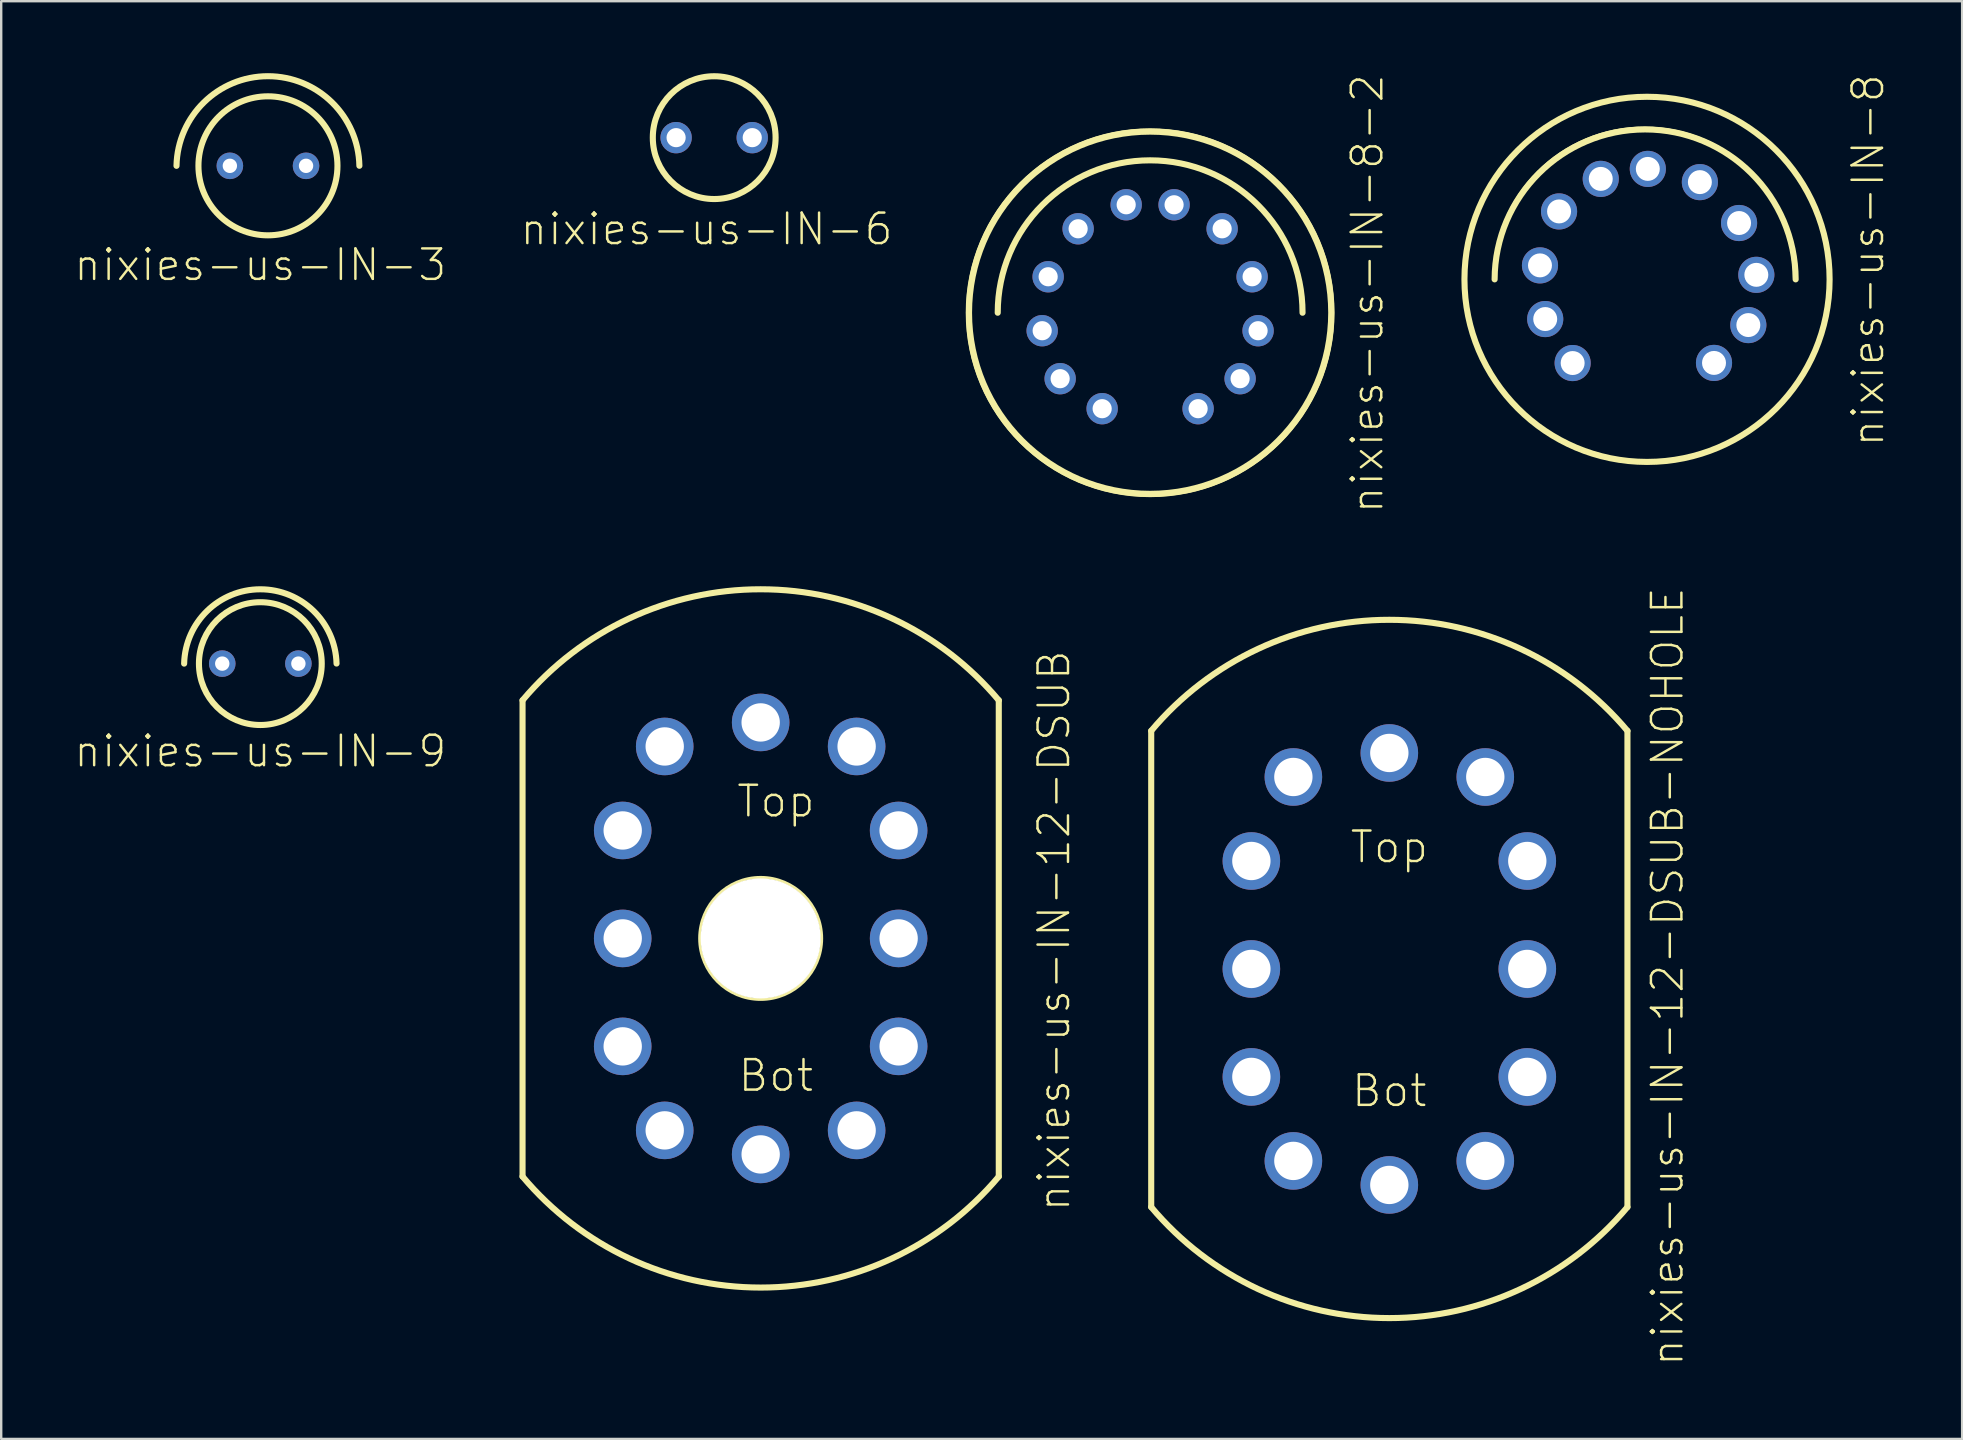
<source format=kicad_pcb>
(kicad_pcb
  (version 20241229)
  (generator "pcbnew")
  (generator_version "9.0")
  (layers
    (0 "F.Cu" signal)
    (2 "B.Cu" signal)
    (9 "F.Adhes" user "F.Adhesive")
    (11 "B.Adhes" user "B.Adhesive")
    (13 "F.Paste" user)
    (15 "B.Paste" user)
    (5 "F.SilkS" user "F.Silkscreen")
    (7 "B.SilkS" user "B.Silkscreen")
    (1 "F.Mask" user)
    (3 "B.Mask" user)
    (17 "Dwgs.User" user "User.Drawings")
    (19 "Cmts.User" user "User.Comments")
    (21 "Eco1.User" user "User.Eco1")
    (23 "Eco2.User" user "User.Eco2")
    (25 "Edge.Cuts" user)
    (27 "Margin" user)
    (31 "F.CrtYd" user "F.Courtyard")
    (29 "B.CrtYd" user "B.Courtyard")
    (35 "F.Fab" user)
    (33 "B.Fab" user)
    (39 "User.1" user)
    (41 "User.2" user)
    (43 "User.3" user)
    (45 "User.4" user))
  (footprint "nixies-us-IN-6"
    (layer "F.Cu")
    (at 26.707 2.685)
    (property "Reference" "nixies-us-IN-6" (at -0.318 3.81 180) (layer "F.SilkS") (effects (font (size 1.27 1.27) (thickness 0.102))))
    (attr exclude_from_pos_files exclude_from_bom)
    (fp_circle (center 0 0) (end 0 -2.558) (stroke (width 0.254) (type solid)) (fill no) (layer "F.SilkS"))
    (pad "A" thru_hole circle (at -1.587 0) (size 1.306 1.306) (drill 0.798) (layers "*.Cu" "*.Paste" "*.Mask"))
    (pad "K" thru_hole circle (at 1.585 0) (size 1.306 1.306) (drill 0.798) (layers "*.Cu" "*.Paste" "*.Mask")))
  (footprint "nixies-us-IN-9"
    (layer "F.Cu")
    (at 7.797 24.599)
    (property "Reference" "nixies-us-IN-9" (at 0 3.65 0) (layer "F.SilkS") (effects (font (size 1.27 1.27) (thickness 0.102))))
    (attr exclude_from_pos_files exclude_from_bom)
    (fp_arc (start -3.175 0) (mid -0.001627 -3.097236) (end 3.174918 -0.003253) (stroke (width 0.254) (type solid)) (layer "F.SilkS"))
    (fp_circle (center 0 0) (end 0 -2.558) (stroke (width 0.254) (type solid)) (fill no) (layer "F.SilkS"))
    (pad "A" thru_hole circle (at -1.587 0) (size 1.107 1.107) (drill 0.599) (layers "*.Cu" "*.Paste" "*.Mask"))
    (pad "K" thru_hole circle (at 1.585 0) (size 1.107 1.107) (drill 0.599) (layers "*.Cu" "*.Paste" "*.Mask")))
  (footprint "nixies-us-IN-12-DSUB-NOHOLE"
    (layer "F.Cu")
    (at 54.836 37.321)
    (property "Reference" "nixies-us-IN-12-DSUB-NOHOLE" (at 11.587 0.318 90) (layer "F.SilkS") (effects (font (size 1.27 1.27) (thickness 0.102))))
    (attr exclude_from_pos_files exclude_from_bom)
    (fp_line (start -9.921 9.921) (end -9.921 -9.921) (stroke (width 0.254) (type solid)) (layer "F.SilkS"))
    (fp_line (start 9.921 -9.921) (end 9.921 9.921) (stroke (width 0.254) (type solid)) (layer "F.SilkS"))
    (fp_arc (start -9.92124 -9.92124) (mid 0.000928 -14.547158) (end 9.922433 -9.919819) (stroke (width 0.254) (type solid)) (layer "F.SilkS"))
    (fp_arc (start 9.92124 9.92124) (mid -0.000928 14.547158) (end -9.922433 9.919819) (stroke (width 0.254) (type solid)) (layer "F.SilkS"))
    (fp_text user "Bot" (at 0 5.08 0) (layer "F.SilkS") (effects (font (size 1.27 1.27) (thickness 0.102))))
    (fp_text user "Top" (at 0 -5.08 0) (layer "F.SilkS") (effects (font (size 1.27 1.27) (thickness 0.102))))
    (pad "0" thru_hole circle (at 5.748 4.498) (size 2.398 2.398) (drill 1.598) (layers "*.Cu" "*.Paste" "*.Mask"))
    (pad "1" thru_hole circle (at -3.998 7.998) (size 2.398 2.398) (drill 1.598) (layers "*.Cu" "*.Paste" "*.Mask"))
    (pad "2" thru_hole circle (at -5.748 4.498) (size 2.398 2.398) (drill 1.598) (layers "*.Cu" "*.Paste" "*.Mask"))
    (pad "3" thru_hole circle (at -5.748 0) (size 2.398 2.398) (drill 1.598) (layers "*.Cu" "*.Paste" "*.Mask"))
    (pad "4" thru_hole circle (at -5.748 -4.498) (size 2.398 2.398) (drill 1.598) (layers "*.Cu" "*.Paste" "*.Mask"))
    (pad "5" thru_hole circle (at -3.998 -7.998) (size 2.398 2.398) (drill 1.598) (layers "*.Cu" "*.Paste" "*.Mask"))
    (pad "6" thru_hole circle (at 0 -8.999) (size 2.398 2.398) (drill 1.598) (layers "*.Cu" "*.Paste" "*.Mask"))
    (pad "7" thru_hole circle (at 3.998 -7.998) (size 2.398 2.398) (drill 1.598) (layers "*.Cu" "*.Paste" "*.Mask"))
    (pad "8" thru_hole circle (at 5.748 -4.498) (size 2.398 2.398) (drill 1.598) (layers "*.Cu" "*.Paste" "*.Mask"))
    (pad "9" thru_hole circle (at 5.748 0) (size 2.398 2.398) (drill 1.598) (layers "*.Cu" "*.Paste" "*.Mask"))
    (pad "A" thru_hole circle (at 3.998 7.998) (size 2.398 2.398) (drill 1.598) (layers "*.Cu" "*.Paste" "*.Mask"))
    (pad "LHDP" thru_hole circle (at 0 8.999) (size 2.398 2.398) (drill 1.598) (layers "*.Cu" "*.Paste" "*.Mask")))
  (footprint "nixies-us-IN-12-DSUB"
    (layer "F.Cu")
    (at 28.643 36.049)
    (property "Reference" "nixies-us-IN-12-DSUB" (at 12.222 -0.318 90) (layer "F.SilkS") (effects (font (size 1.27 1.27) (thickness 0.102))))
    (attr exclude_from_pos_files exclude_from_bom)
    (fp_line (start -9.921 9.921) (end -9.921 -9.921) (stroke (width 0.254) (type solid)) (layer "F.SilkS"))
    (fp_line (start 9.921 -9.921) (end 9.921 9.921) (stroke (width 0.254) (type solid)) (layer "F.SilkS"))
    (fp_arc (start -9.92124 -9.92124) (mid 0.000928 -14.547158) (end 9.922433 -9.919819) (stroke (width 0.254) (type solid)) (layer "F.SilkS"))
    (fp_arc (start 9.92124 9.92124) (mid -0.000928 14.547158) (end -9.922433 9.919819) (stroke (width 0.254) (type solid)) (layer "F.SilkS"))
    (fp_circle (center 0 0) (end 0 -2.54) (stroke (width 0.127) (type solid)) (fill no) (layer "F.SilkS"))
    (fp_text user "Bot" (at 0.635 5.715 0) (layer "F.SilkS") (effects (font (size 1.27 1.27) (thickness 0.102))))
    (fp_text user "Top" (at 0.635 -5.715 0) (layer "F.SilkS") (effects (font (size 1.27 1.27) (thickness 0.102))))
    (pad "" np_thru_hole circle (at 0 0) (size 4.999 4.999) (drill 4.999) (layers "*.Cu" "*.Mask"))
    (pad "0" thru_hole circle (at 5.748 4.498) (size 2.398 2.398) (drill 1.598) (layers "*.Cu" "*.Paste" "*.Mask"))
    (pad "1" thru_hole circle (at -3.998 7.998) (size 2.398 2.398) (drill 1.598) (layers "*.Cu" "*.Paste" "*.Mask"))
    (pad "2" thru_hole circle (at -5.748 4.498) (size 2.398 2.398) (drill 1.598) (layers "*.Cu" "*.Paste" "*.Mask"))
    (pad "3" thru_hole circle (at -5.748 0) (size 2.398 2.398) (drill 1.598) (layers "*.Cu" "*.Paste" "*.Mask"))
    (pad "4" thru_hole circle (at -5.748 -4.498) (size 2.398 2.398) (drill 1.598) (layers "*.Cu" "*.Paste" "*.Mask"))
    (pad "5" thru_hole circle (at -3.998 -7.998) (size 2.398 2.398) (drill 1.598) (layers "*.Cu" "*.Paste" "*.Mask"))
    (pad "6" thru_hole circle (at 0 -8.999) (size 2.398 2.398) (drill 1.598) (layers "*.Cu" "*.Paste" "*.Mask"))
    (pad "7" thru_hole circle (at 3.998 -7.998) (size 2.398 2.398) (drill 1.598) (layers "*.Cu" "*.Paste" "*.Mask"))
    (pad "8" thru_hole circle (at 5.748 -4.498) (size 2.398 2.398) (drill 1.598) (layers "*.Cu" "*.Paste" "*.Mask"))
    (pad "9" thru_hole circle (at 5.748 0) (size 2.398 2.398) (drill 1.598) (layers "*.Cu" "*.Paste" "*.Mask"))
    (pad "A" thru_hole circle (at 3.998 7.998) (size 2.398 2.398) (drill 1.598) (layers "*.Cu" "*.Paste" "*.Mask"))
    (pad "LHDP" thru_hole circle (at 0 8.999) (size 2.398 2.398) (drill 1.598) (layers "*.Cu" "*.Paste" "*.Mask")))
  (footprint "nixies-us-IN-3"
    (layer "F.Cu")
    (at 8.114 3.859)
    (property "Reference" "nixies-us-IN-3" (at -0.318 4.128 0) (layer "F.SilkS") (effects (font (size 1.27 1.27) (thickness 0.102))))
    (attr exclude_from_pos_files exclude_from_bom)
    (fp_arc (start -3.81 0) (mid -0.001068 -3.732073) (end 3.809955 -0.002135) (stroke (width 0.254) (type solid)) (layer "F.SilkS"))
    (fp_circle (center 0 0) (end 0 -2.896) (stroke (width 0.254) (type solid)) (fill no) (layer "F.SilkS"))
    (pad "A" thru_hole circle (at -1.587 0) (size 1.107 1.107) (drill 0.599) (layers "*.Cu" "*.Paste" "*.Mask"))
    (pad "K" thru_hole circle (at 1.587 0) (size 1.107 1.107) (drill 0.599) (layers "*.Cu" "*.Paste" "*.Mask")))
  (footprint "nixies-us-IN-8"
    (layer "F.Cu")
    (at 65.573 8.589)
    (property "Reference" "nixies-us-IN-8" (at 9.207 -0.792 90) (layer "F.SilkS") (effects (font (size 1.27 1.27) (thickness 0.102))))
    (attr exclude_from_pos_files exclude_from_bom)
    (fp_arc (start -6.35762 -0.08636) (mid -0.094355 -6.319533) (end 6.144282 -0.06171) (stroke (width 0.127) (type solid)) (layer "F.SilkS"))
    (fp_arc (start -6.35 0) (mid -0.07874 -6.27126) (end 6.19252 0) (stroke (width 0.254) (type solid)) (layer "F.SilkS"))
    (fp_circle (center 0 0) (end 0 -7.62) (stroke (width 0.127) (type solid)) (fill no) (layer "F.SilkS"))
    (fp_circle (center 0 0) (end 0 -7.607) (stroke (width 0.254) (type solid)) (fill no) (layer "F.SilkS"))
    (pad "0" thru_hole circle (at -4.242 1.654) (size 1.506 1.506) (drill 0.998) (layers "*.Cu" "*.Paste" "*.Mask"))
    (pad "1" thru_hole circle (at 2.791 3.482) (size 1.506 1.506) (drill 0.998) (layers "*.Cu" "*.Paste" "*.Mask"))
    (pad "2" thru_hole circle (at 4.221 1.905) (size 1.506 1.506) (drill 0.998) (layers "*.Cu" "*.Paste" "*.Mask"))
    (pad "3" thru_hole circle (at 4.554 -0.188) (size 1.506 1.506) (drill 0.998) (layers "*.Cu" "*.Paste" "*.Mask"))
    (pad "4" thru_hole circle (at 3.835 -2.347) (size 1.506 1.506) (drill 0.998) (layers "*.Cu" "*.Paste" "*.Mask"))
    (pad "5" thru_hole circle (at 2.202 -4.051) (size 1.506 1.506) (drill 0.998) (layers "*.Cu" "*.Paste" "*.Mask"))
    (pad "6" thru_hole circle (at 0.033 -4.602) (size 1.506 1.506) (drill 0.998) (layers "*.Cu" "*.Paste" "*.Mask"))
    (pad "7" thru_hole circle (at -1.928 -4.186) (size 1.506 1.506) (drill 0.998) (layers "*.Cu" "*.Paste" "*.Mask"))
    (pad "8" thru_hole circle (at -3.665 -2.83) (size 1.506 1.506) (drill 0.998) (layers "*.Cu" "*.Paste" "*.Mask"))
    (pad "9" thru_hole circle (at -4.46 -0.582) (size 1.506 1.506) (drill 0.998) (layers "*.Cu" "*.Paste" "*.Mask"))
    (pad "A" thru_hole circle (at -3.099 3.487) (size 1.506 1.506) (drill 0.998) (layers "*.Cu" "*.Paste" "*.Mask")))
  (footprint "nixies-us-IN-8-2"
    (layer "F.Cu")
    (at 44.87 9.98)
    (property "Reference" "nixies-us-IN-8-2" (at 9.047 -0.792 90) (layer "F.SilkS") (effects (font (size 1.27 1.27) (thickness 0.102))))
    (attr exclude_from_pos_files exclude_from_bom)
    (fp_arc (start -6.35 0) (mid 0 -6.35) (end 6.35 0) (stroke (width 0.127) (type solid)) (layer "F.SilkS"))
    (fp_arc (start -6.35 0) (mid 0 -6.35) (end 6.35 0) (stroke (width 0.254) (type solid)) (layer "F.SilkS"))
    (fp_circle (center 0 0) (end 0 -7.62) (stroke (width 0.127) (type solid)) (fill no) (layer "F.SilkS"))
    (fp_circle (center 0 0) (end 0 -7.546) (stroke (width 0.254) (type solid)) (fill no) (layer "F.SilkS"))
    (pad "." thru_hole circle (at -3 -3.498) (size 1.306 1.306) (drill 0.798) (layers "*.Cu" "*.Paste" "*.Mask"))
    (pad "0" thru_hole circle (at -3.749 2.748) (size 1.306 1.306) (drill 0.798) (layers "*.Cu" "*.Paste" "*.Mask"))
    (pad "1" thru_hole circle (at 1.999 3.998) (size 1.306 1.306) (drill 0.798) (layers "*.Cu" "*.Paste" "*.Mask"))
    (pad "2" thru_hole circle (at 3.749 2.748) (size 1.306 1.306) (drill 0.798) (layers "*.Cu" "*.Paste" "*.Mask"))
    (pad "3" thru_hole circle (at 4.498 0.749) (size 1.306 1.306) (drill 0.798) (layers "*.Cu" "*.Paste" "*.Mask"))
    (pad "4" thru_hole circle (at 4.249 -1.499) (size 1.306 1.306) (drill 0.798) (layers "*.Cu" "*.Paste" "*.Mask"))
    (pad "5" thru_hole circle (at 3 -3.498) (size 1.306 1.306) (drill 0.798) (layers "*.Cu" "*.Paste" "*.Mask"))
    (pad "6" thru_hole circle (at 0.998 -4.498) (size 1.306 1.306) (drill 0.798) (layers "*.Cu" "*.Paste" "*.Mask"))
    (pad "7" thru_hole circle (at -0.998 -4.498) (size 1.306 1.306) (drill 0.798) (layers "*.Cu" "*.Paste" "*.Mask"))
    (pad "8" thru_hole circle (at -4.249 -1.499) (size 1.306 1.306) (drill 0.798) (layers "*.Cu" "*.Paste" "*.Mask"))
    (pad "9" thru_hole circle (at -4.498 0.749) (size 1.306 1.306) (drill 0.798) (layers "*.Cu" "*.Paste" "*.Mask"))
    (pad "A" thru_hole circle (at -1.999 3.998) (size 1.306 1.306) (drill 0.798) (layers "*.Cu" "*.Paste" "*.Mask")))
  (gr_rect
    (start -3 -3)
    (end 78.702 56.902)
    (stroke (width 0.1) (type default))
    (fill no)
    (layer "Edge.Cuts")))
</source>
